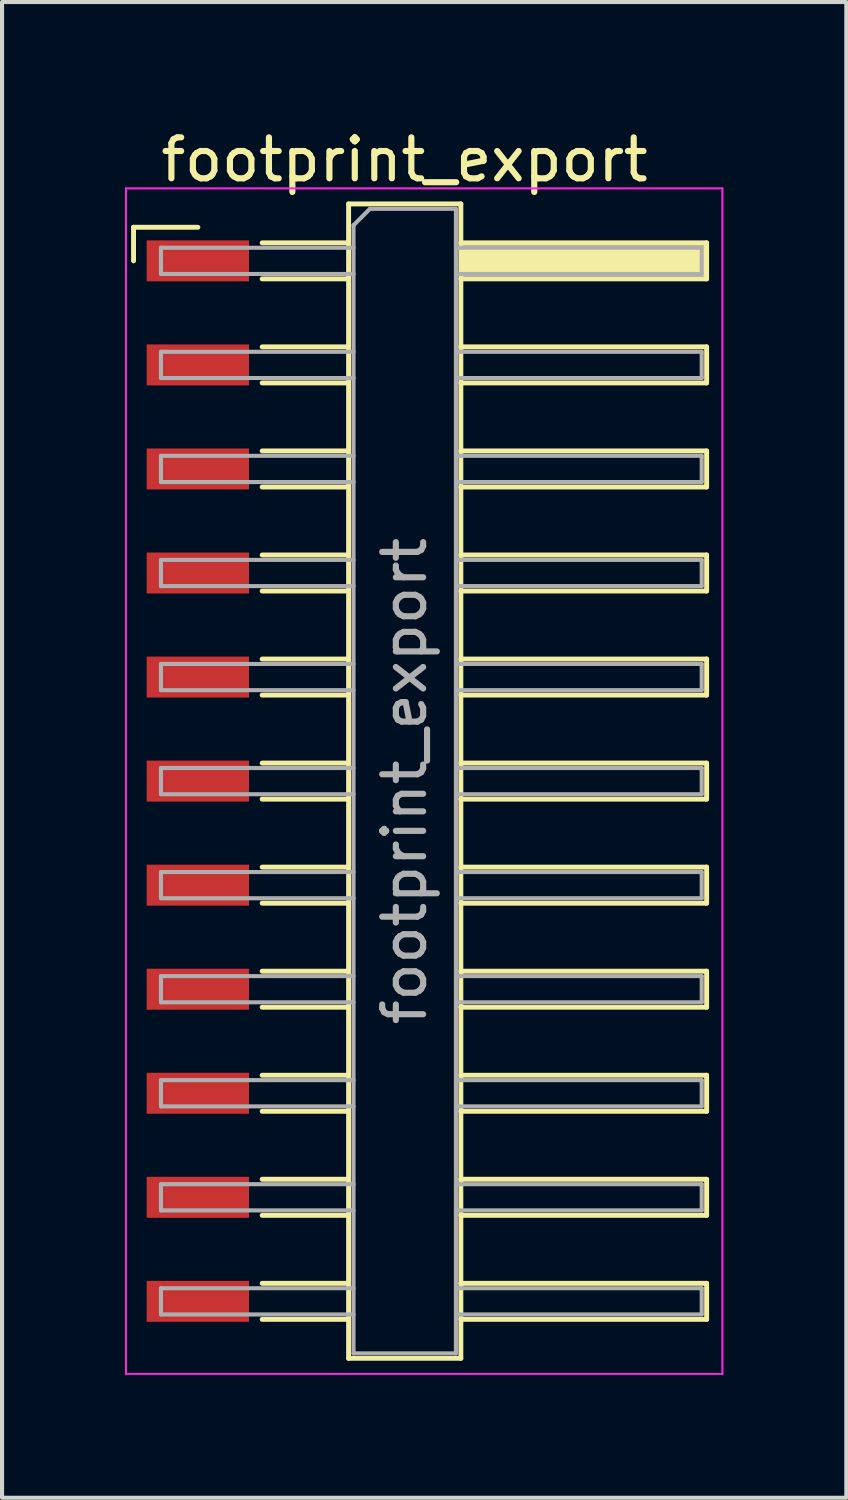
<source format=kicad_pcb>
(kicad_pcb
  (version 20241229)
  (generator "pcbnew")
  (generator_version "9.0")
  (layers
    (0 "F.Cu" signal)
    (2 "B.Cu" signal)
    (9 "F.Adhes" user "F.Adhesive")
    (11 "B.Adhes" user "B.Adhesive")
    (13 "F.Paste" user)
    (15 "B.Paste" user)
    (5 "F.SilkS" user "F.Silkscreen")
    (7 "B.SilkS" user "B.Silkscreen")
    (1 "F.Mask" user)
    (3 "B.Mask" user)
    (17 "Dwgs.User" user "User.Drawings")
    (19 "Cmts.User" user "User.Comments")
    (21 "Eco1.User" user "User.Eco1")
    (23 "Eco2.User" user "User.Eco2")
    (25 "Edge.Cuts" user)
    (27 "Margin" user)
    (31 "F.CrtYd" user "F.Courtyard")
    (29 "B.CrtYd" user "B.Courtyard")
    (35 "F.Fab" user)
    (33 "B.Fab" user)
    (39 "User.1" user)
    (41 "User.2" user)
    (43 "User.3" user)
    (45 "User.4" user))
  (footprint "footprint_export"
    (layer "F.Cu")
    (at 7.305 16.018)
    (property "Reference" "footprint_export" (at -0.48 -15.17 0) (layer "F.SilkS") (effects (font (size 1 1) (thickness 0.15))))
    (attr smd)
    (fp_line (start -7.095 -13.52) (end -5.525 -13.52) (stroke (width 0.12) (type solid)) (layer "F.SilkS"))
    (fp_line (start -7.095 -12.7) (end -7.095 -13.52) (stroke (width 0.12) (type solid)) (layer "F.SilkS"))
    (fp_line (start -3.955 -13.14) (end -1.845 -13.14) (stroke (width 0.12) (type solid)) (layer "F.SilkS"))
    (fp_line (start -3.955 -12.26) (end -1.845 -12.26) (stroke (width 0.12) (type solid)) (layer "F.SilkS"))
    (fp_line (start -3.955 -10.6) (end -1.845 -10.6) (stroke (width 0.12) (type solid)) (layer "F.SilkS"))
    (fp_line (start -3.955 -9.72) (end -1.845 -9.72) (stroke (width 0.12) (type solid)) (layer "F.SilkS"))
    (fp_line (start -3.955 -8.06) (end -1.845 -8.06) (stroke (width 0.12) (type solid)) (layer "F.SilkS"))
    (fp_line (start -3.955 -7.18) (end -1.845 -7.18) (stroke (width 0.12) (type solid)) (layer "F.SilkS"))
    (fp_line (start -3.955 -5.52) (end -1.845 -5.52) (stroke (width 0.12) (type solid)) (layer "F.SilkS"))
    (fp_line (start -3.955 -4.64) (end -1.845 -4.64) (stroke (width 0.12) (type solid)) (layer "F.SilkS"))
    (fp_line (start -3.955 -2.98) (end -1.845 -2.98) (stroke (width 0.12) (type solid)) (layer "F.SilkS"))
    (fp_line (start -3.955 -2.1) (end -1.845 -2.1) (stroke (width 0.12) (type solid)) (layer "F.SilkS"))
    (fp_line (start -3.955 -0.44) (end -1.845 -0.44) (stroke (width 0.12) (type solid)) (layer "F.SilkS"))
    (fp_line (start -3.955 0.44) (end -1.845 0.44) (stroke (width 0.12) (type solid)) (layer "F.SilkS"))
    (fp_line (start -3.955 2.1) (end -1.845 2.1) (stroke (width 0.12) (type solid)) (layer "F.SilkS"))
    (fp_line (start -3.955 2.98) (end -1.845 2.98) (stroke (width 0.12) (type solid)) (layer "F.SilkS"))
    (fp_line (start -3.955 4.64) (end -1.845 4.64) (stroke (width 0.12) (type solid)) (layer "F.SilkS"))
    (fp_line (start -3.955 5.52) (end -1.845 5.52) (stroke (width 0.12) (type solid)) (layer "F.SilkS"))
    (fp_line (start -3.955 7.18) (end -1.845 7.18) (stroke (width 0.12) (type solid)) (layer "F.SilkS"))
    (fp_line (start -3.955 8.06) (end -1.845 8.06) (stroke (width 0.12) (type solid)) (layer "F.SilkS"))
    (fp_line (start -3.955 9.72) (end -1.845 9.72) (stroke (width 0.12) (type solid)) (layer "F.SilkS"))
    (fp_line (start -3.955 10.6) (end -1.845 10.6) (stroke (width 0.12) (type solid)) (layer "F.SilkS"))
    (fp_line (start -3.955 12.26) (end -1.845 12.26) (stroke (width 0.12) (type solid)) (layer "F.SilkS"))
    (fp_line (start -3.955 13.14) (end -1.845 13.14) (stroke (width 0.12) (type solid)) (layer "F.SilkS"))
    (fp_line (start -1.845 -14.09) (end 0.895 -14.09) (stroke (width 0.12) (type solid)) (layer "F.SilkS"))
    (fp_line (start -1.845 14.09) (end -1.845 -14.09) (stroke (width 0.12) (type solid)) (layer "F.SilkS"))
    (fp_line (start 0.895 -14.09) (end 0.895 14.09) (stroke (width 0.12) (type solid)) (layer "F.SilkS"))
    (fp_line (start 0.895 -13.14) (end 6.895 -13.14) (stroke (width 0.12) (type solid)) (layer "F.SilkS"))
    (fp_line (start 0.895 -10.6) (end 6.895 -10.6) (stroke (width 0.12) (type solid)) (layer "F.SilkS"))
    (fp_line (start 0.895 -8.06) (end 6.895 -8.06) (stroke (width 0.12) (type solid)) (layer "F.SilkS"))
    (fp_line (start 0.895 -5.52) (end 6.895 -5.52) (stroke (width 0.12) (type solid)) (layer "F.SilkS"))
    (fp_line (start 0.895 -2.98) (end 6.895 -2.98) (stroke (width 0.12) (type solid)) (layer "F.SilkS"))
    (fp_line (start 0.895 -0.44) (end 6.895 -0.44) (stroke (width 0.12) (type solid)) (layer "F.SilkS"))
    (fp_line (start 0.895 2.1) (end 6.895 2.1) (stroke (width 0.12) (type solid)) (layer "F.SilkS"))
    (fp_line (start 0.895 4.64) (end 6.895 4.64) (stroke (width 0.12) (type solid)) (layer "F.SilkS"))
    (fp_line (start 0.895 7.18) (end 6.895 7.18) (stroke (width 0.12) (type solid)) (layer "F.SilkS"))
    (fp_line (start 0.895 9.72) (end 6.895 9.72) (stroke (width 0.12) (type solid)) (layer "F.SilkS"))
    (fp_line (start 0.895 12.26) (end 6.895 12.26) (stroke (width 0.12) (type solid)) (layer "F.SilkS"))
    (fp_line (start 0.895 14.09) (end -1.845 14.09) (stroke (width 0.12) (type solid)) (layer "F.SilkS"))
    (fp_line (start 6.895 -13.14) (end 6.895 -12.26) (stroke (width 0.12) (type solid)) (layer "F.SilkS"))
    (fp_line (start 6.895 -12.26) (end 0.895 -12.26) (stroke (width 0.12) (type solid)) (layer "F.SilkS"))
    (fp_line (start 6.895 -10.6) (end 6.895 -9.72) (stroke (width 0.12) (type solid)) (layer "F.SilkS"))
    (fp_line (start 6.895 -9.72) (end 0.895 -9.72) (stroke (width 0.12) (type solid)) (layer "F.SilkS"))
    (fp_line (start 6.895 -8.06) (end 6.895 -7.18) (stroke (width 0.12) (type solid)) (layer "F.SilkS"))
    (fp_line (start 6.895 -7.18) (end 0.895 -7.18) (stroke (width 0.12) (type solid)) (layer "F.SilkS"))
    (fp_line (start 6.895 -5.52) (end 6.895 -4.64) (stroke (width 0.12) (type solid)) (layer "F.SilkS"))
    (fp_line (start 6.895 -4.64) (end 0.895 -4.64) (stroke (width 0.12) (type solid)) (layer "F.SilkS"))
    (fp_line (start 6.895 -2.98) (end 6.895 -2.1) (stroke (width 0.12) (type solid)) (layer "F.SilkS"))
    (fp_line (start 6.895 -2.1) (end 0.895 -2.1) (stroke (width 0.12) (type solid)) (layer "F.SilkS"))
    (fp_line (start 6.895 -0.44) (end 6.895 0.44) (stroke (width 0.12) (type solid)) (layer "F.SilkS"))
    (fp_line (start 6.895 0.44) (end 0.895 0.44) (stroke (width 0.12) (type solid)) (layer "F.SilkS"))
    (fp_line (start 6.895 2.1) (end 6.895 2.98) (stroke (width 0.12) (type solid)) (layer "F.SilkS"))
    (fp_line (start 6.895 2.98) (end 0.895 2.98) (stroke (width 0.12) (type solid)) (layer "F.SilkS"))
    (fp_line (start 6.895 4.64) (end 6.895 5.52) (stroke (width 0.12) (type solid)) (layer "F.SilkS"))
    (fp_line (start 6.895 5.52) (end 0.895 5.52) (stroke (width 0.12) (type solid)) (layer "F.SilkS"))
    (fp_line (start 6.895 7.18) (end 6.895 8.06) (stroke (width 0.12) (type solid)) (layer "F.SilkS"))
    (fp_line (start 6.895 8.06) (end 0.895 8.06) (stroke (width 0.12) (type solid)) (layer "F.SilkS"))
    (fp_line (start 6.895 9.72) (end 6.895 10.6) (stroke (width 0.12) (type solid)) (layer "F.SilkS"))
    (fp_line (start 6.895 10.6) (end 0.895 10.6) (stroke (width 0.12) (type solid)) (layer "F.SilkS"))
    (fp_line (start 6.895 12.26) (end 6.895 13.14) (stroke (width 0.12) (type solid)) (layer "F.SilkS"))
    (fp_line (start 6.895 13.14) (end 0.895 13.14) (stroke (width 0.12) (type solid)) (layer "F.SilkS"))
    (fp_line (start -7.28 -14.47) (end 7.28 -14.47) (stroke (width 0.05) (type solid)) (layer "F.CrtYd"))
    (fp_line (start -7.28 14.47) (end -7.28 -14.47) (stroke (width 0.05) (type solid)) (layer "F.CrtYd"))
    (fp_line (start 7.28 -14.47) (end 7.28 14.47) (stroke (width 0.05) (type solid)) (layer "F.CrtYd"))
    (fp_line (start 7.28 14.47) (end -7.28 14.47) (stroke (width 0.05) (type solid)) (layer "F.CrtYd"))
    (fp_line (start -6.425 -13.02) (end -6.425 -12.38) (stroke (width 0.1) (type solid)) (layer "F.Fab"))
    (fp_line (start -6.425 -12.38) (end -1.725 -12.38) (stroke (width 0.1) (type solid)) (layer "F.Fab"))
    (fp_line (start -6.425 -10.48) (end -6.425 -9.84) (stroke (width 0.1) (type solid)) (layer "F.Fab"))
    (fp_line (start -6.425 -9.84) (end -1.725 -9.84) (stroke (width 0.1) (type solid)) (layer "F.Fab"))
    (fp_line (start -6.425 -7.94) (end -6.425 -7.3) (stroke (width 0.1) (type solid)) (layer "F.Fab"))
    (fp_line (start -6.425 -7.3) (end -1.725 -7.3) (stroke (width 0.1) (type solid)) (layer "F.Fab"))
    (fp_line (start -6.425 -5.4) (end -6.425 -4.76) (stroke (width 0.1) (type solid)) (layer "F.Fab"))
    (fp_line (start -6.425 -4.76) (end -1.725 -4.76) (stroke (width 0.1) (type solid)) (layer "F.Fab"))
    (fp_line (start -6.425 -2.86) (end -6.425 -2.22) (stroke (width 0.1) (type solid)) (layer "F.Fab"))
    (fp_line (start -6.425 -2.22) (end -1.725 -2.22) (stroke (width 0.1) (type solid)) (layer "F.Fab"))
    (fp_line (start -6.425 -0.32) (end -6.425 0.32) (stroke (width 0.1) (type solid)) (layer "F.Fab"))
    (fp_line (start -6.425 0.32) (end -1.725 0.32) (stroke (width 0.1) (type solid)) (layer "F.Fab"))
    (fp_line (start -6.425 2.22) (end -6.425 2.86) (stroke (width 0.1) (type solid)) (layer "F.Fab"))
    (fp_line (start -6.425 2.86) (end -1.725 2.86) (stroke (width 0.1) (type solid)) (layer "F.Fab"))
    (fp_line (start -6.425 4.76) (end -6.425 5.4) (stroke (width 0.1) (type solid)) (layer "F.Fab"))
    (fp_line (start -6.425 5.4) (end -1.725 5.4) (stroke (width 0.1) (type solid)) (layer "F.Fab"))
    (fp_line (start -6.425 7.3) (end -6.425 7.94) (stroke (width 0.1) (type solid)) (layer "F.Fab"))
    (fp_line (start -6.425 7.94) (end -1.725 7.94) (stroke (width 0.1) (type solid)) (layer "F.Fab"))
    (fp_line (start -6.425 9.84) (end -6.425 10.48) (stroke (width 0.1) (type solid)) (layer "F.Fab"))
    (fp_line (start -6.425 10.48) (end -1.725 10.48) (stroke (width 0.1) (type solid)) (layer "F.Fab"))
    (fp_line (start -6.425 12.38) (end -6.425 13.02) (stroke (width 0.1) (type solid)) (layer "F.Fab"))
    (fp_line (start -6.425 13.02) (end -1.725 13.02) (stroke (width 0.1) (type solid)) (layer "F.Fab"))
    (fp_line (start -1.725 -13.57) (end -1.325 -13.97) (stroke (width 0.1) (type solid)) (layer "F.Fab"))
    (fp_line (start -1.725 -13.02) (end -6.425 -13.02) (stroke (width 0.1) (type solid)) (layer "F.Fab"))
    (fp_line (start -1.725 -10.48) (end -6.425 -10.48) (stroke (width 0.1) (type solid)) (layer "F.Fab"))
    (fp_line (start -1.725 -7.94) (end -6.425 -7.94) (stroke (width 0.1) (type solid)) (layer "F.Fab"))
    (fp_line (start -1.725 -5.4) (end -6.425 -5.4) (stroke (width 0.1) (type solid)) (layer "F.Fab"))
    (fp_line (start -1.725 -2.86) (end -6.425 -2.86) (stroke (width 0.1) (type solid)) (layer "F.Fab"))
    (fp_line (start -1.725 -0.32) (end -6.425 -0.32) (stroke (width 0.1) (type solid)) (layer "F.Fab"))
    (fp_line (start -1.725 2.22) (end -6.425 2.22) (stroke (width 0.1) (type solid)) (layer "F.Fab"))
    (fp_line (start -1.725 4.76) (end -6.425 4.76) (stroke (width 0.1) (type solid)) (layer "F.Fab"))
    (fp_line (start -1.725 7.3) (end -6.425 7.3) (stroke (width 0.1) (type solid)) (layer "F.Fab"))
    (fp_line (start -1.725 9.84) (end -6.425 9.84) (stroke (width 0.1) (type solid)) (layer "F.Fab"))
    (fp_line (start -1.725 12.38) (end -6.425 12.38) (stroke (width 0.1) (type solid)) (layer "F.Fab"))
    (fp_line (start -1.725 13.97) (end -1.725 -13.57) (stroke (width 0.1) (type solid)) (layer "F.Fab"))
    (fp_line (start -1.325 -13.97) (end 0.775 -13.97) (stroke (width 0.1) (type solid)) (layer "F.Fab"))
    (fp_line (start 0.775 -13.97) (end 0.775 13.97) (stroke (width 0.1) (type solid)) (layer "F.Fab"))
    (fp_line (start 0.775 -13.02) (end 6.775 -13.02) (stroke (width 0.1) (type solid)) (layer "F.Fab"))
    (fp_line (start 0.775 -10.48) (end 6.775 -10.48) (stroke (width 0.1) (type solid)) (layer "F.Fab"))
    (fp_line (start 0.775 -7.94) (end 6.775 -7.94) (stroke (width 0.1) (type solid)) (layer "F.Fab"))
    (fp_line (start 0.775 -5.4) (end 6.775 -5.4) (stroke (width 0.1) (type solid)) (layer "F.Fab"))
    (fp_line (start 0.775 -2.86) (end 6.775 -2.86) (stroke (width 0.1) (type solid)) (layer "F.Fab"))
    (fp_line (start 0.775 -0.32) (end 6.775 -0.32) (stroke (width 0.1) (type solid)) (layer "F.Fab"))
    (fp_line (start 0.775 2.22) (end 6.775 2.22) (stroke (width 0.1) (type solid)) (layer "F.Fab"))
    (fp_line (start 0.775 4.76) (end 6.775 4.76) (stroke (width 0.1) (type solid)) (layer "F.Fab"))
    (fp_line (start 0.775 7.3) (end 6.775 7.3) (stroke (width 0.1) (type solid)) (layer "F.Fab"))
    (fp_line (start 0.775 9.84) (end 6.775 9.84) (stroke (width 0.1) (type solid)) (layer "F.Fab"))
    (fp_line (start 0.775 12.38) (end 6.775 12.38) (stroke (width 0.1) (type solid)) (layer "F.Fab"))
    (fp_line (start 0.775 13.97) (end -1.725 13.97) (stroke (width 0.1) (type solid)) (layer "F.Fab"))
    (fp_line (start 6.775 -13.02) (end 6.775 -12.38) (stroke (width 0.1) (type solid)) (layer "F.Fab"))
    (fp_line (start 6.775 -12.38) (end 0.775 -12.38) (stroke (width 0.1) (type solid)) (layer "F.Fab"))
    (fp_line (start 6.775 -10.48) (end 6.775 -9.84) (stroke (width 0.1) (type solid)) (layer "F.Fab"))
    (fp_line (start 6.775 -9.84) (end 0.775 -9.84) (stroke (width 0.1) (type solid)) (layer "F.Fab"))
    (fp_line (start 6.775 -7.94) (end 6.775 -7.3) (stroke (width 0.1) (type solid)) (layer "F.Fab"))
    (fp_line (start 6.775 -7.3) (end 0.775 -7.3) (stroke (width 0.1) (type solid)) (layer "F.Fab"))
    (fp_line (start 6.775 -5.4) (end 6.775 -4.76) (stroke (width 0.1) (type solid)) (layer "F.Fab"))
    (fp_line (start 6.775 -4.76) (end 0.775 -4.76) (stroke (width 0.1) (type solid)) (layer "F.Fab"))
    (fp_line (start 6.775 -2.86) (end 6.775 -2.22) (stroke (width 0.1) (type solid)) (layer "F.Fab"))
    (fp_line (start 6.775 -2.22) (end 0.775 -2.22) (stroke (width 0.1) (type solid)) (layer "F.Fab"))
    (fp_line (start 6.775 -0.32) (end 6.775 0.32) (stroke (width 0.1) (type solid)) (layer "F.Fab"))
    (fp_line (start 6.775 0.32) (end 0.775 0.32) (stroke (width 0.1) (type solid)) (layer "F.Fab"))
    (fp_line (start 6.775 2.22) (end 6.775 2.86) (stroke (width 0.1) (type solid)) (layer "F.Fab"))
    (fp_line (start 6.775 2.86) (end 0.775 2.86) (stroke (width 0.1) (type solid)) (layer "F.Fab"))
    (fp_line (start 6.775 4.76) (end 6.775 5.4) (stroke (width 0.1) (type solid)) (layer "F.Fab"))
    (fp_line (start 6.775 5.4) (end 0.775 5.4) (stroke (width 0.1) (type solid)) (layer "F.Fab"))
    (fp_line (start 6.775 7.3) (end 6.775 7.94) (stroke (width 0.1) (type solid)) (layer "F.Fab"))
    (fp_line (start 6.775 7.94) (end 0.775 7.94) (stroke (width 0.1) (type solid)) (layer "F.Fab"))
    (fp_line (start 6.775 9.84) (end 6.775 10.48) (stroke (width 0.1) (type solid)) (layer "F.Fab"))
    (fp_line (start 6.775 10.48) (end 0.775 10.48) (stroke (width 0.1) (type solid)) (layer "F.Fab"))
    (fp_line (start 6.775 12.38) (end 6.775 13.02) (stroke (width 0.1) (type solid)) (layer "F.Fab"))
    (fp_line (start 6.775 13.02) (end 0.775 13.02) (stroke (width 0.1) (type solid)) (layer "F.Fab"))
    (fp_text user "${REFERENCE}" (at -0.48 0 90) (layer "F.Fab") (effects (font (size 1 1) (thickness 0.15))))
    (pad "" smd rect (at 3.895 -12.7) (size 6 0.76) (layers "F.SilkS"))
    (pad "1" smd rect (at -5.525 -12.7) (size 2.5 1) (layers "F.Cu" "F.Mask" "F.Paste"))
    (pad "2" smd rect (at -5.525 -10.16) (size 2.5 1) (layers "F.Cu" "F.Mask" "F.Paste"))
    (pad "3" smd rect (at -5.525 -7.62) (size 2.5 1) (layers "F.Cu" "F.Mask" "F.Paste"))
    (pad "4" smd rect (at -5.525 -5.08) (size 2.5 1) (layers "F.Cu" "F.Mask" "F.Paste"))
    (pad "5" smd rect (at -5.525 -2.54) (size 2.5 1) (layers "F.Cu" "F.Mask" "F.Paste"))
    (pad "6" smd rect (at -5.525 0) (size 2.5 1) (layers "F.Cu" "F.Mask" "F.Paste"))
    (pad "7" smd rect (at -5.525 2.54) (size 2.5 1) (layers "F.Cu" "F.Mask" "F.Paste"))
    (pad "8" smd rect (at -5.525 5.08) (size 2.5 1) (layers "F.Cu" "F.Mask" "F.Paste"))
    (pad "9" smd rect (at -5.525 7.62) (size 2.5 1) (layers "F.Cu" "F.Mask" "F.Paste"))
    (pad "10" smd rect (at -5.525 10.16) (size 2.5 1) (layers "F.Cu" "F.Mask" "F.Paste"))
    (pad "11" smd rect (at -5.525 12.7) (size 2.5 1) (layers "F.Cu" "F.Mask" "F.Paste")))
  (gr_rect
    (start -3 -3)
    (end 17.61 33.513)
    (stroke (width 0.1) (type default))
    (fill no)
    (layer "Edge.Cuts")))
</source>
